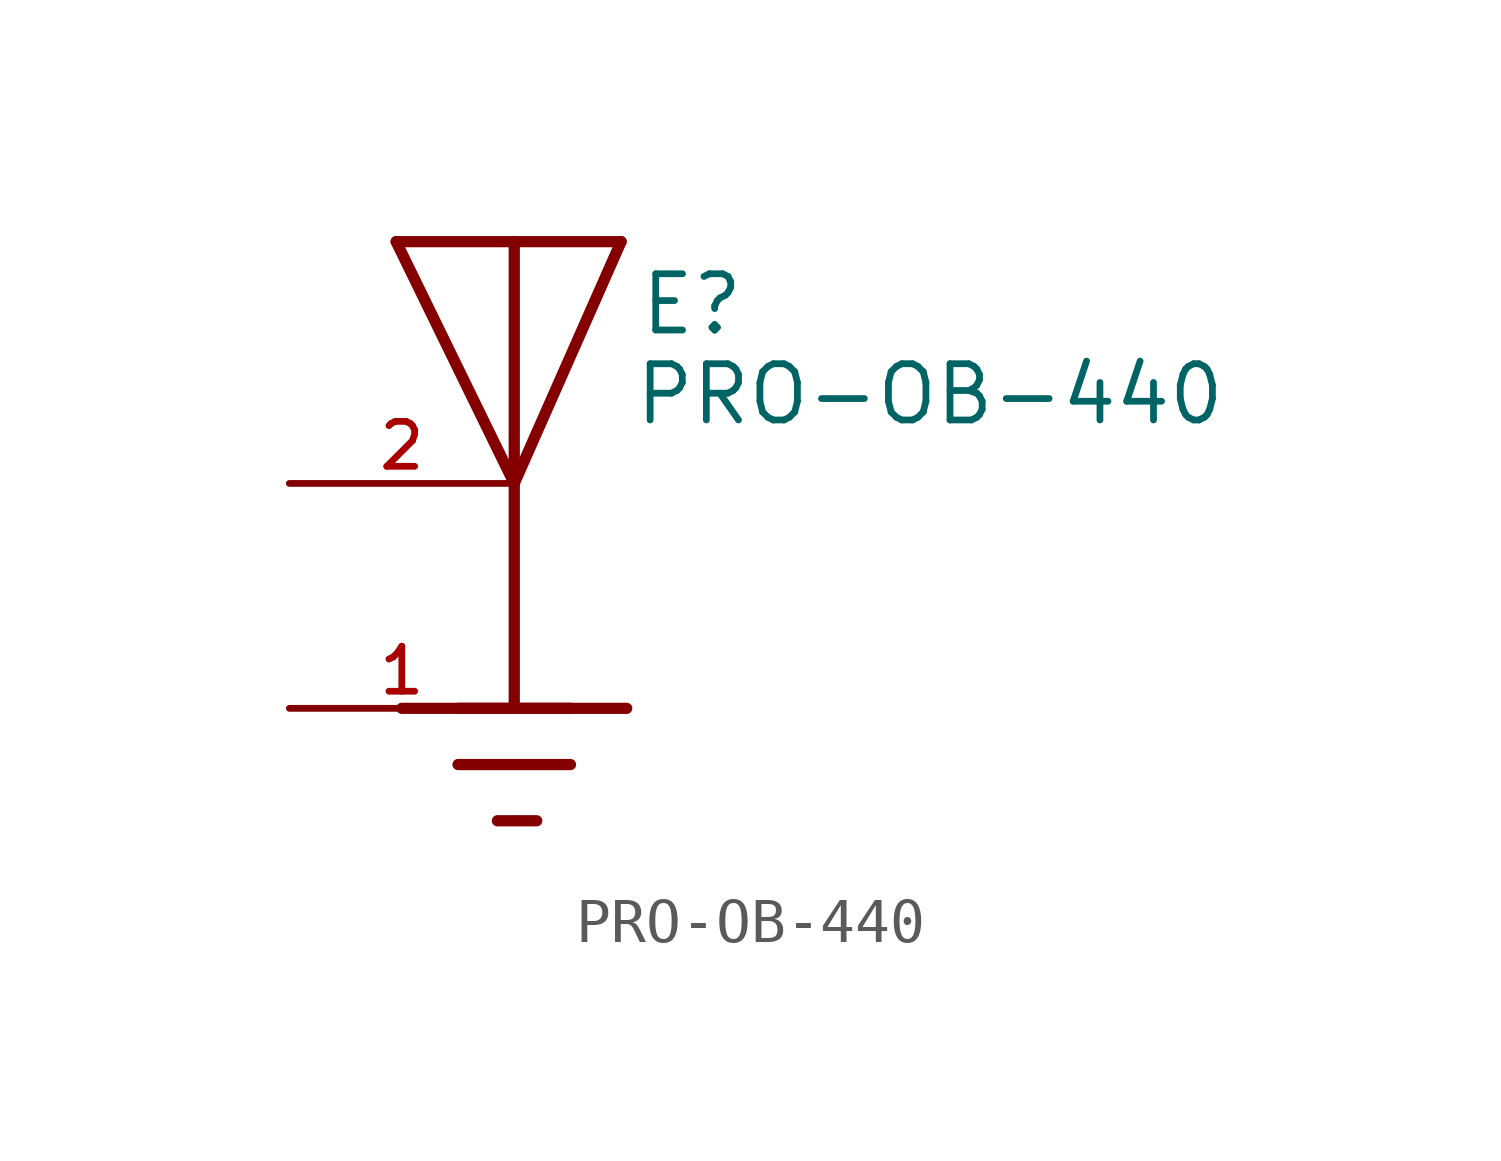
<source format=kicad_sym>
(kicad_symbol_lib
  (version 20220914)
  (generator kicad_symbol_editor)
  (symbol "PRO-OB-440"
    (pin_names
      (offset 1.016) hide)
    (property "Reference" "E"
      (at 2.794 3.302 0)
      (effects (font (size 1.27 1.27)) (justify left bottom)))
    (property "Value" "PRO-OB-440"
      (at 2.667 1.27 0)
      (effects (font (size 1.27 1.27)) (justify left bottom)))
    (property "ki_locked" ""
      (at 0 0 0)
      (effects (font (size 1.27 1.27))))
    (symbol "PRO-OB-440_0_0"
      (polyline (pts (xy -2.667 5.461) (xy 0 5.461)) (stroke (width 0.254) (type solid)) (fill (type none)))
      (polyline (pts (xy -2.54 -5.08) (xy 2.54 -5.08)) (stroke (width 0.254) (type solid)) (fill (type none)))
      (polyline (pts (xy -1.27 -6.35) (xy 1.27 -6.35)) (stroke (width 0.254) (type solid)) (fill (type none)))
      (polyline (pts (xy -0.381 -7.62) (xy 0.508 -7.62)) (stroke (width 0.254) (type solid)) (fill (type none)))
      (polyline (pts (xy 0 -5.08) (xy -1.27 -5.08)) (stroke (width 0.254) (type solid)) (fill (type none)))
      (polyline (pts (xy 0 -5.08) (xy 1.27 -5.08)) (stroke (width 0.254) (type solid)) (fill (type none)))
      (polyline (pts (xy 0 0) (xy -2.667 5.461)) (stroke (width 0.254) (type solid)) (fill (type none)))
      (polyline (pts (xy 0 0) (xy 0 -5.08)) (stroke (width 0.254) (type solid)) (fill (type none)))
      (polyline (pts (xy 0 5.461) (xy 0 0)) (stroke (width 0.254) (type solid)) (fill (type none)))
      (polyline (pts (xy 0 5.461) (xy 2.413 5.461)) (stroke (width 0.254) (type solid)) (fill (type none)))
      (polyline (pts (xy 2.413 5.461) (xy 0 0)) (stroke (width 0.254) (type solid)) (fill (type none)))
      (pin power_in line (at -5.08 -5.08 0) (length 5.08) (name "~" (effects (font (size 1.016 1.016)))) (number "1" (effects (font (size 1.016 1.016)))))
      (pin input line (at -5.08 0 0) (length 5.08) (name "~" (effects (font (size 1.016 1.016)))) (number "2" (effects (font (size 1.016 1.016))))))))
</source>
